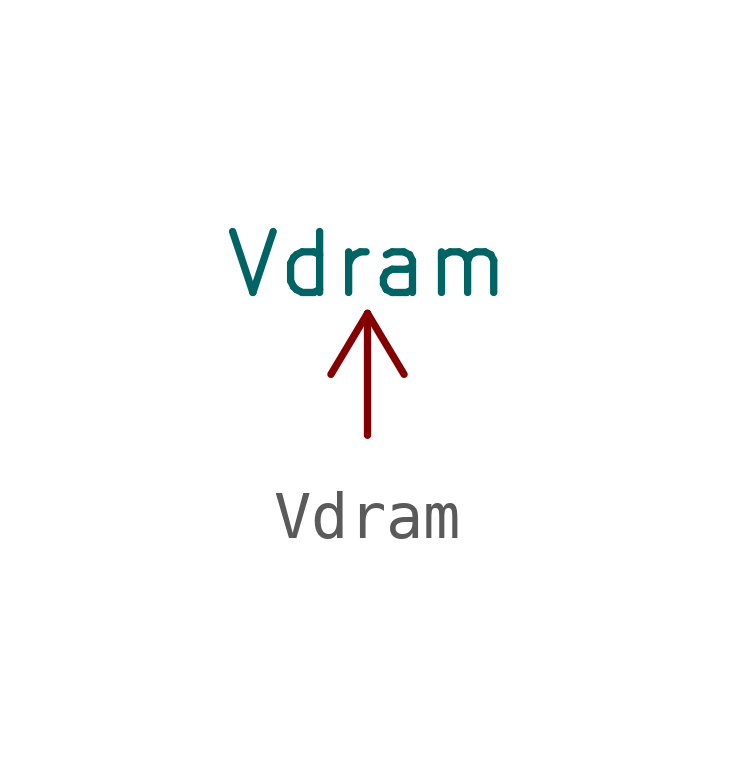
<source format=kicad_sym>
(kicad_symbol_lib
  (version 20211014)
  (generator kicad_symbol_editor)
  (symbol "Vdram"
    (power)
    (pin_names
      (offset 0))
    (property "Reference" "#PWR"
      (at 0 -3.81 0)
      (effects (font (size 1.27 1.27)) hide))
    (property "Value" "Vdram"
      (at 0 3.556 0)
      (effects (font (size 1.27 1.27))))
    (symbol "Vdram_0_1"
      (polyline (pts (xy -0.762 1.27) (xy 0 2.54)) (stroke (width 0) (type default) (color 0 0 0 0)) (fill (type none)))
      (polyline (pts (xy 0 0) (xy 0 2.54)) (stroke (width 0) (type default) (color 0 0 0 0)) (fill (type none)))
      (polyline (pts (xy 0 2.54) (xy 0.762 1.27)) (stroke (width 0) (type default) (color 0 0 0 0)) (fill (type none))))
    (symbol "Vdram_1_1"
      (pin power_in line (at 0 0 90) (length 0) hide (name "+1V8" (effects (font (size 1.27 1.27)))) (number "1" (effects (font (size 1.27 1.27))))))))
</source>
